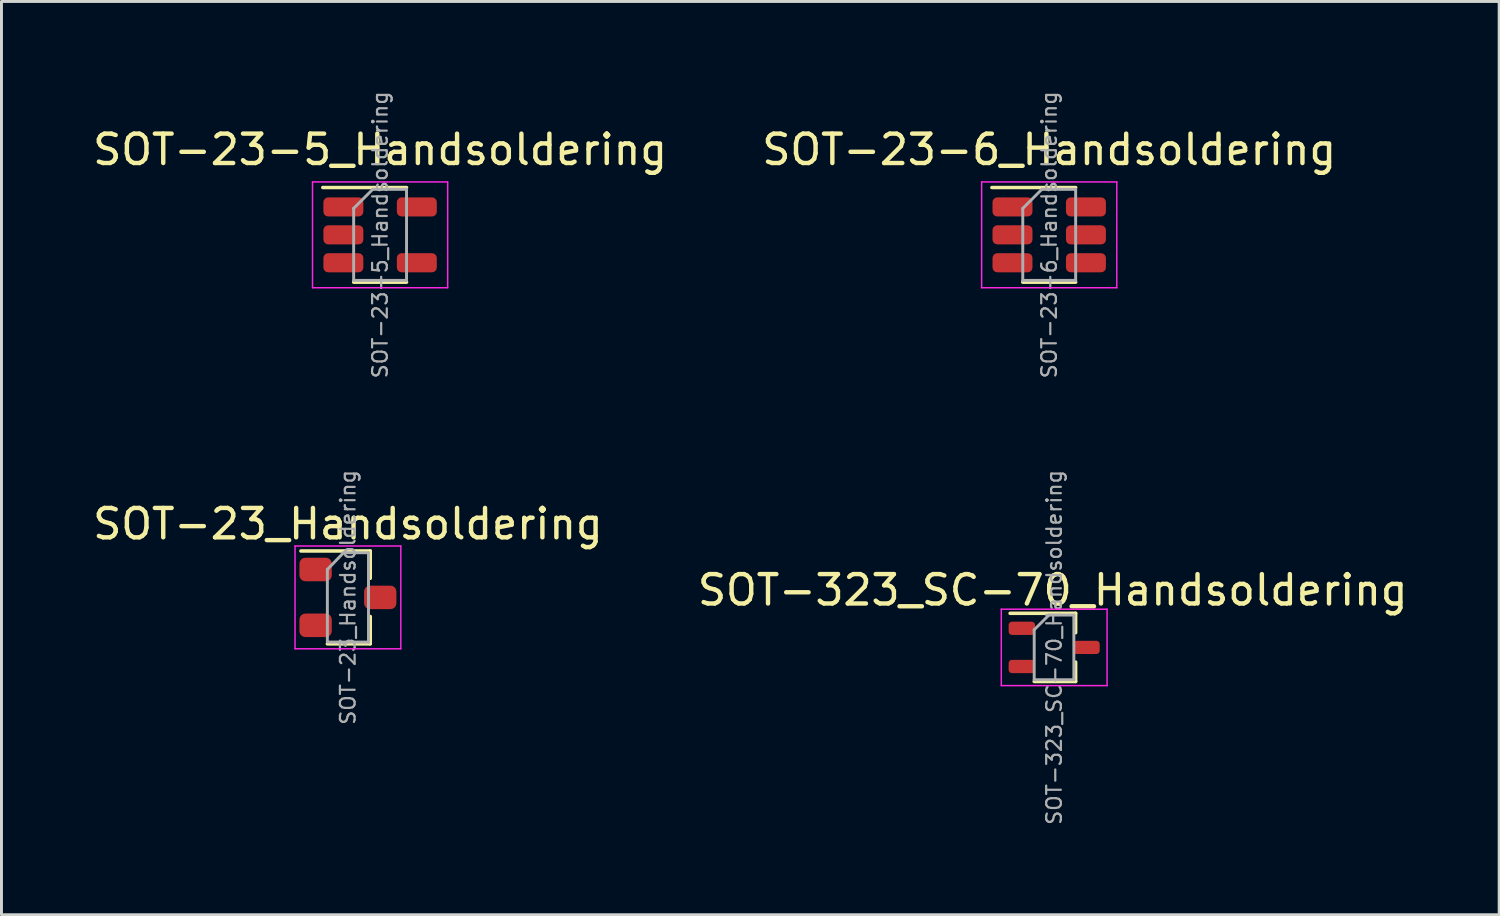
<source format=kicad_pcb>
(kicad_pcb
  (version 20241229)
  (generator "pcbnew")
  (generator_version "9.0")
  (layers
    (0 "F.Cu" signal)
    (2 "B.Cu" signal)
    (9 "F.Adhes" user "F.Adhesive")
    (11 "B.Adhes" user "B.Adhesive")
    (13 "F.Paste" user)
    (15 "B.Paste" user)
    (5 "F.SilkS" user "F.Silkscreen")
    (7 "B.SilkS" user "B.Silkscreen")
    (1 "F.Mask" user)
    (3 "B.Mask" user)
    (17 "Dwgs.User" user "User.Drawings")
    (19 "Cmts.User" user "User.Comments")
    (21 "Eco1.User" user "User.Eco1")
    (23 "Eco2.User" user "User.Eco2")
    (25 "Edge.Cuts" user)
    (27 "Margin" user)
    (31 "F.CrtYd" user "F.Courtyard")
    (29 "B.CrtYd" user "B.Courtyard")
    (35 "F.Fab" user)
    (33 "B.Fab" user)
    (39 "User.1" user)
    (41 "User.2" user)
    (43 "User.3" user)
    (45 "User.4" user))
  (footprint "SOT-23-5_Handsoldering"
    (layer "F.Cu")
    (at 9.887 4.943)
    (property "Reference" "SOT-23-5_Handsoldering" (at 0 -2.9 0) (layer "F.SilkS") (effects (font (size 1 1) (thickness 0.15))))
    (attr smd)
    (fp_line (start -0.9 1.61) (end 0.9 1.61) (stroke (width 0.12) (type solid)) (layer "F.SilkS"))
    (fp_line (start 0.9 -1.61) (end -1.95 -1.61) (stroke (width 0.12) (type solid)) (layer "F.SilkS"))
    (fp_line (start -2.3 -1.8) (end 2.3 -1.8) (stroke (width 0.05) (type solid)) (layer "F.CrtYd"))
    (fp_line (start -2.3 1.8) (end -2.3 -1.8) (stroke (width 0.05) (type solid)) (layer "F.CrtYd"))
    (fp_line (start 2.3 -1.8) (end 2.3 1.8) (stroke (width 0.05) (type solid)) (layer "F.CrtYd"))
    (fp_line (start 2.3 1.8) (end -2.3 1.8) (stroke (width 0.05) (type solid)) (layer "F.CrtYd"))
    (fp_line (start -0.9 -0.9) (end -0.9 1.55) (stroke (width 0.1) (type solid)) (layer "F.Fab"))
    (fp_line (start -0.9 -0.9) (end -0.25 -1.55) (stroke (width 0.1) (type solid)) (layer "F.Fab"))
    (fp_line (start 0.9 -1.55) (end -0.25 -1.55) (stroke (width 0.1) (type solid)) (layer "F.Fab"))
    (fp_line (start 0.9 -1.55) (end 0.9 1.55) (stroke (width 0.1) (type solid)) (layer "F.Fab"))
    (fp_line (start 0.9 1.55) (end -0.9 1.55) (stroke (width 0.1) (type solid)) (layer "F.Fab"))
    (fp_text user "${REFERENCE}" (at 0 0 90) (layer "F.Fab") (effects (font (size 0.5 0.5) (thickness 0.075))))
    (pad "1" smd roundrect (at -1.25 -0.95) (size 1.36 0.65) (layers "F.Cu" "F.Mask" "F.Paste") (roundrect_rratio 0.25))
    (pad "2" smd roundrect (at -1.25 0) (size 1.36 0.65) (layers "F.Cu" "F.Mask" "F.Paste") (roundrect_rratio 0.25) (chamfer_ratio 0.2) (chamfer))
    (pad "3" smd roundrect (at -1.25 0.95) (size 1.36 0.65) (layers "F.Cu" "F.Mask" "F.Paste") (roundrect_rratio 0.25))
    (pad "4" smd roundrect (at 1.25 0.95) (size 1.36 0.65) (layers "F.Cu" "F.Mask" "F.Paste") (roundrect_rratio 0.25))
    (pad "5" smd roundrect (at 1.25 -0.95) (size 1.36 0.65) (layers "F.Cu" "F.Mask" "F.Paste") (roundrect_rratio 0.25)))
  (footprint "SOT-323_SC-70_Handsoldering"
    (layer "F.Cu")
    (at 32.83 18.985)
    (property "Reference" "SOT-323_SC-70_Handsoldering" (at -0.05 -1.95 0) (layer "F.SilkS") (effects (font (size 1 1) (thickness 0.15))))
    (attr smd)
    (fp_line (start -0.68 1.16) (end 0.73 1.16) (stroke (width 0.12) (type solid)) (layer "F.SilkS"))
    (fp_line (start 0.73 -1.16) (end -1.5 -1.16) (stroke (width 0.12) (type solid)) (layer "F.SilkS"))
    (fp_line (start 0.73 -1.16) (end 0.73 -0.5) (stroke (width 0.12) (type solid)) (layer "F.SilkS"))
    (fp_line (start 0.73 0.5) (end 0.73 1.16) (stroke (width 0.12) (type solid)) (layer "F.SilkS"))
    (fp_line (start -1.8 -1.3) (end 1.8 -1.3) (stroke (width 0.05) (type solid)) (layer "F.CrtYd"))
    (fp_line (start -1.8 1.3) (end -1.8 -1.3) (stroke (width 0.05) (type solid)) (layer "F.CrtYd"))
    (fp_line (start 1.8 -1.3) (end 1.8 1.3) (stroke (width 0.05) (type solid)) (layer "F.CrtYd"))
    (fp_line (start 1.8 1.3) (end -1.8 1.3) (stroke (width 0.05) (type solid)) (layer "F.CrtYd"))
    (fp_line (start -0.68 -0.6) (end -0.68 1.1) (stroke (width 0.1) (type solid)) (layer "F.Fab"))
    (fp_line (start -0.18 -1.1) (end -0.68 -0.6) (stroke (width 0.1) (type solid)) (layer "F.Fab"))
    (fp_line (start 0.67 -1.1) (end -0.18 -1.1) (stroke (width 0.1) (type solid)) (layer "F.Fab"))
    (fp_line (start 0.67 -1.1) (end 0.67 1.1) (stroke (width 0.1) (type solid)) (layer "F.Fab"))
    (fp_line (start 0.67 1.1) (end -0.68 1.1) (stroke (width 0.1) (type solid)) (layer "F.Fab"))
    (fp_text user "${REFERENCE}" (at 0 0 90) (layer "F.Fab") (effects (font (size 0.5 0.5) (thickness 0.075))))
    (pad "1" smd roundrect (at -1.1 -0.65 270) (size 0.45 0.9) (layers "F.Cu" "F.Mask" "F.Paste") (roundrect_rratio 0.25))
    (pad "2" smd roundrect (at -1.1 0.65 270) (size 0.45 0.9) (layers "F.Cu" "F.Mask" "F.Paste") (roundrect_rratio 0.25))
    (pad "3" smd roundrect (at 1.1 0 270) (size 0.45 0.9) (layers "F.Cu" "F.Mask" "F.Paste") (roundrect_rratio 0.25)))
  (footprint "SOT-23_Handsoldering"
    (layer "F.Cu")
    (at 8.792 17.283)
    (property "Reference" "SOT-23_Handsoldering" (at 0 -2.5 0) (layer "F.SilkS") (effects (font (size 1 1) (thickness 0.15))))
    (attr smd)
    (fp_line (start 0.76 -1.58) (end -1.6 -1.58) (stroke (width 0.12) (type solid)) (layer "F.SilkS"))
    (fp_line (start 0.76 -1.58) (end 0.76 -0.65) (stroke (width 0.12) (type solid)) (layer "F.SilkS"))
    (fp_line (start 0.76 1.58) (end -0.7 1.58) (stroke (width 0.12) (type solid)) (layer "F.SilkS"))
    (fp_line (start 0.76 1.58) (end 0.76 0.65) (stroke (width 0.12) (type solid)) (layer "F.SilkS"))
    (fp_line (start -1.8 -1.75) (end 1.8 -1.75) (stroke (width 0.05) (type solid)) (layer "F.CrtYd"))
    (fp_line (start -1.8 1.75) (end -1.8 -1.75) (stroke (width 0.05) (type solid)) (layer "F.CrtYd"))
    (fp_line (start 1.8 -1.75) (end 1.8 1.75) (stroke (width 0.05) (type solid)) (layer "F.CrtYd"))
    (fp_line (start 1.8 1.75) (end -1.8 1.75) (stroke (width 0.05) (type solid)) (layer "F.CrtYd"))
    (fp_line (start -0.7 -0.95) (end -0.7 1.5) (stroke (width 0.1) (type solid)) (layer "F.Fab"))
    (fp_line (start -0.7 -0.95) (end -0.15 -1.52) (stroke (width 0.1) (type solid)) (layer "F.Fab"))
    (fp_line (start -0.7 1.52) (end 0.7 1.52) (stroke (width 0.1) (type solid)) (layer "F.Fab"))
    (fp_line (start -0.15 -1.52) (end 0.7 -1.52) (stroke (width 0.1) (type solid)) (layer "F.Fab"))
    (fp_line (start 0.7 -1.52) (end 0.7 1.52) (stroke (width 0.1) (type solid)) (layer "F.Fab"))
    (fp_text user "${REFERENCE}" (at 0 0 90) (layer "F.Fab") (effects (font (size 0.5 0.5) (thickness 0.075))))
    (pad "1" smd roundrect (at -1.1 -0.95) (size 1.1 0.8) (layers "F.Cu" "F.Mask" "F.Paste") (roundrect_rratio 0.25))
    (pad "2" smd roundrect (at -1.1 0.95) (size 1.1 0.8) (layers "F.Cu" "F.Mask" "F.Paste") (roundrect_rratio 0.25))
    (pad "3" smd roundrect (at 1.1 0) (size 1.1 0.8) (layers "F.Cu" "F.Mask" "F.Paste") (roundrect_rratio 0.25)))
  (footprint "SOT-23-6_Handsoldering"
    (layer "F.Cu")
    (at 32.661 4.943)
    (property "Reference" "SOT-23-6_Handsoldering" (at 0 -2.9 0) (layer "F.SilkS") (effects (font (size 1 1) (thickness 0.15))))
    (attr smd)
    (fp_line (start -0.9 1.61) (end 0.9 1.61) (stroke (width 0.12) (type solid)) (layer "F.SilkS"))
    (fp_line (start 0.9 -1.61) (end -1.95 -1.61) (stroke (width 0.12) (type solid)) (layer "F.SilkS"))
    (fp_line (start -2.3 -1.8) (end 2.3 -1.8) (stroke (width 0.05) (type solid)) (layer "F.CrtYd"))
    (fp_line (start -2.3 1.8) (end -2.3 -1.8) (stroke (width 0.05) (type solid)) (layer "F.CrtYd"))
    (fp_line (start 2.3 -1.8) (end 2.3 1.8) (stroke (width 0.05) (type solid)) (layer "F.CrtYd"))
    (fp_line (start 2.3 1.8) (end -2.3 1.8) (stroke (width 0.05) (type solid)) (layer "F.CrtYd"))
    (fp_line (start -0.9 -0.9) (end -0.9 1.55) (stroke (width 0.1) (type solid)) (layer "F.Fab"))
    (fp_line (start -0.9 -0.9) (end -0.25 -1.55) (stroke (width 0.1) (type solid)) (layer "F.Fab"))
    (fp_line (start 0.9 -1.55) (end -0.25 -1.55) (stroke (width 0.1) (type solid)) (layer "F.Fab"))
    (fp_line (start 0.9 -1.55) (end 0.9 1.55) (stroke (width 0.1) (type solid)) (layer "F.Fab"))
    (fp_line (start 0.9 1.55) (end -0.9 1.55) (stroke (width 0.1) (type solid)) (layer "F.Fab"))
    (fp_text user "${REFERENCE}" (at 0 0 90) (layer "F.Fab") (effects (font (size 0.5 0.5) (thickness 0.075))))
    (pad "1" smd roundrect (at -1.25 -0.95) (size 1.36 0.65) (layers "F.Cu" "F.Mask" "F.Paste") (roundrect_rratio 0.25))
    (pad "2" smd roundrect (at -1.25 0) (size 1.36 0.65) (layers "F.Cu" "F.Mask" "F.Paste") (roundrect_rratio 0.25) (chamfer_ratio 0.2) (chamfer))
    (pad "3" smd roundrect (at -1.25 0.95) (size 1.36 0.65) (layers "F.Cu" "F.Mask" "F.Paste") (roundrect_rratio 0.25))
    (pad "4" smd roundrect (at 1.25 0.95) (size 1.36 0.65) (layers "F.Cu" "F.Mask" "F.Paste") (roundrect_rratio 0.25))
    (pad "5" smd roundrect (at 1.25 0) (size 1.36 0.65) (layers "F.Cu" "F.Mask" "F.Paste") (roundrect_rratio 0.25))
    (pad "6" smd roundrect (at 1.25 -0.95) (size 1.36 0.65) (layers "F.Cu" "F.Mask" "F.Paste") (roundrect_rratio 0.25)))
  (gr_rect
    (start -3 -3)
    (end 47.976 28.083)
    (stroke (width 0.1) (type default))
    (fill no)
    (layer "Edge.Cuts")))
</source>
